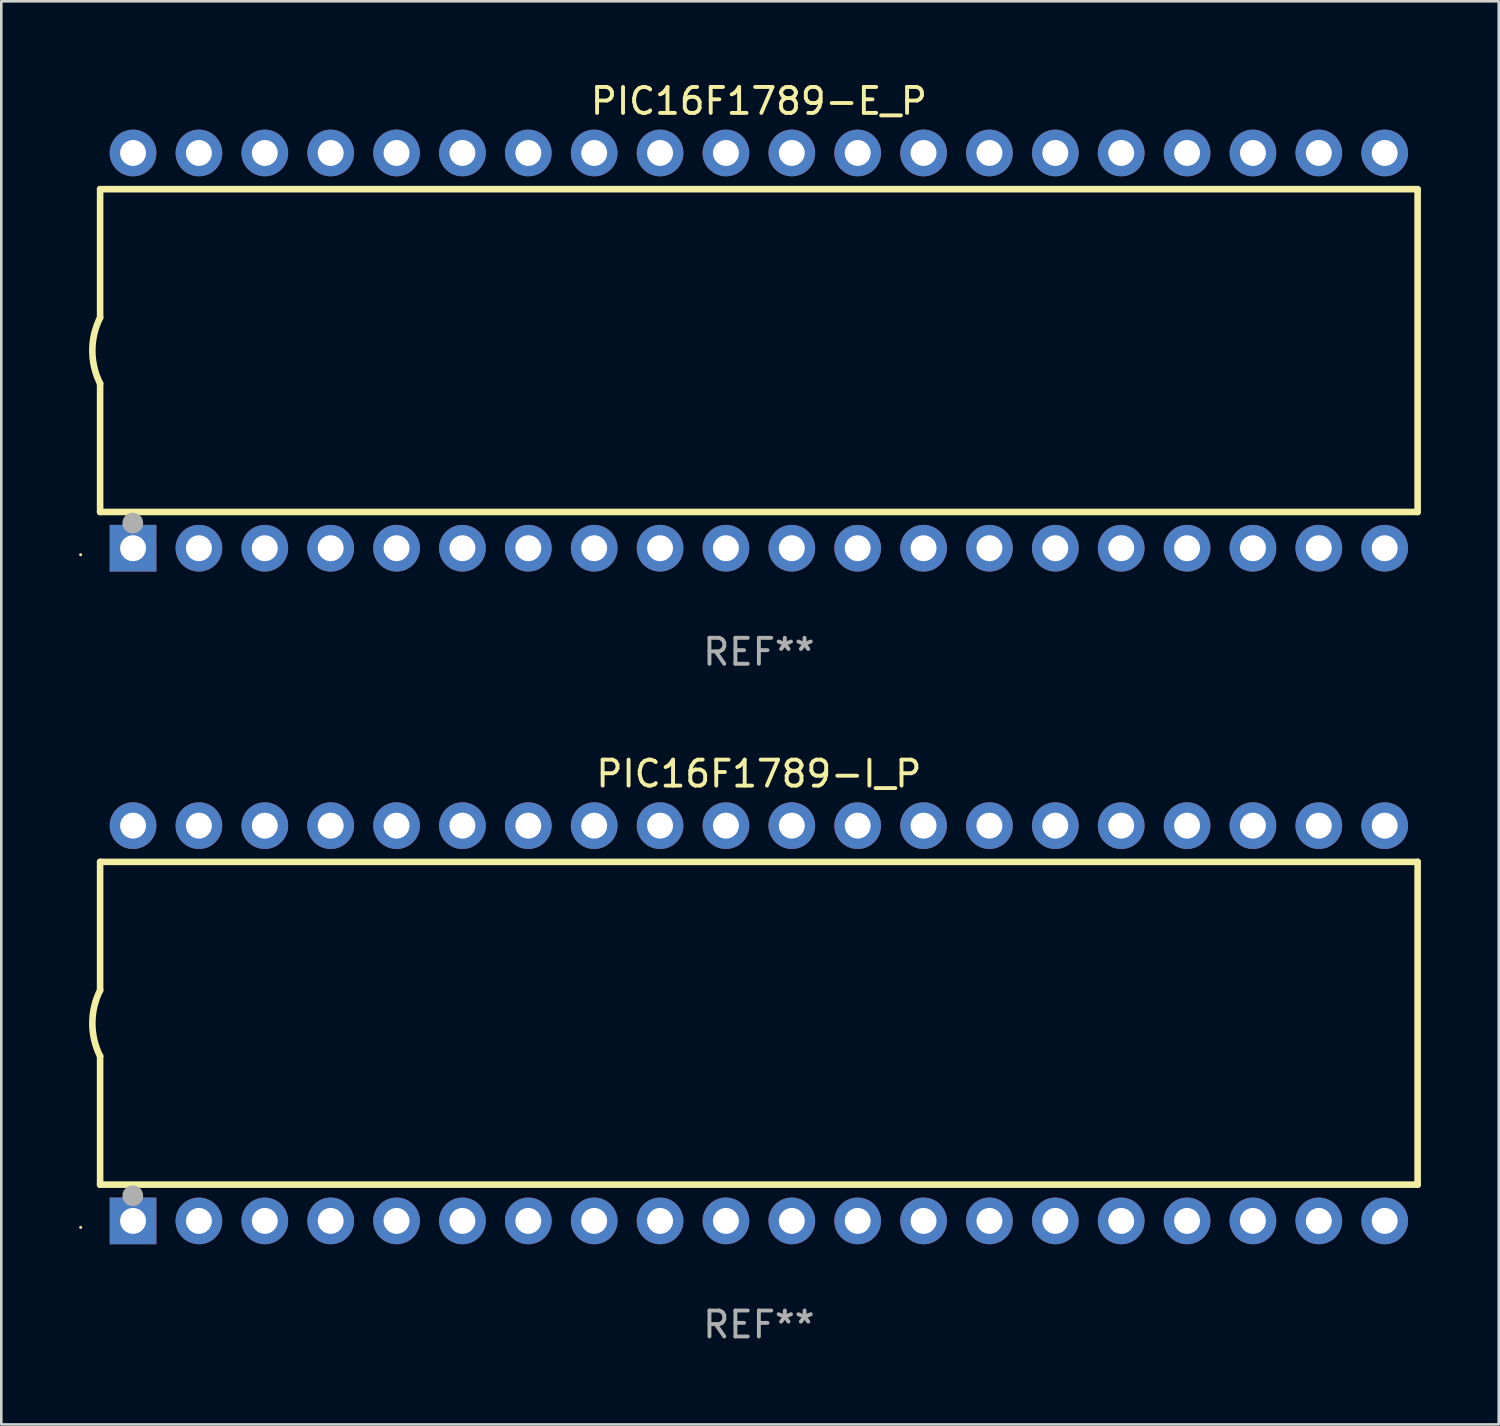
<source format=kicad_pcb>
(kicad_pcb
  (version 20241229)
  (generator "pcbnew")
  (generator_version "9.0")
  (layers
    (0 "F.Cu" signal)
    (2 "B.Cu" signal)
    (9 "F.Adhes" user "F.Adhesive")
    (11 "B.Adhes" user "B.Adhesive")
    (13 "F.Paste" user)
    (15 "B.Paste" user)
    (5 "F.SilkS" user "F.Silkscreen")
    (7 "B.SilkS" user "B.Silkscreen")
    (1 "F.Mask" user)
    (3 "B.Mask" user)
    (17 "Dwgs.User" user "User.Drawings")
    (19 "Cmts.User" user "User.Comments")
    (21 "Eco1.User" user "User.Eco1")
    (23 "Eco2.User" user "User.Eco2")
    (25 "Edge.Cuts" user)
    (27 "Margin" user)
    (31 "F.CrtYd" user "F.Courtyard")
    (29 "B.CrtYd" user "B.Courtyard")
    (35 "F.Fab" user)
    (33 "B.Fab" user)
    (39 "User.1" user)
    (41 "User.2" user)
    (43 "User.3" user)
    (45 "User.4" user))
  (footprint "PIC16F1789-I_P"
    (layer "F.Cu")
    (at 26.21 36.405)
    (property "Reference" "PIC16F1789-I_P" (at 0 -9.62 0) (layer "F.SilkS") (effects (font (size 1 1) (thickness 0.15))))
    (attr through_hole)
    (fp_line (start -25.4 -6.224) (end -25.4 -1.271) (stroke (width 0.254) (type solid)) (layer "F.SilkS"))
    (fp_line (start -25.4 -6.224) (end 25.4 -6.224) (stroke (width 0.254) (type solid)) (layer "F.SilkS"))
    (fp_line (start -25.4 1.269) (end -25.4 6.222) (stroke (width 0.254) (type solid)) (layer "F.SilkS"))
    (fp_line (start -25.4 6.222) (end 25.4 6.222) (stroke (width 0.254) (type solid)) (layer "F.SilkS"))
    (fp_line (start 25.4 6.222) (end 25.4 -6.224) (stroke (width 0.254) (type solid)) (layer "F.SilkS"))
    (fp_arc (start -25.4 1.269241) (mid -25.699807 -0.000762) (end -25.4 -1.270765) (stroke (width 0.254001) (type solid)) (layer "F.SilkS"))
    (fp_circle (center -26.15 7.87) (end -26.12 7.87) (stroke (width 0.06) (type solid)) (fill no) (layer "F.SilkS"))
    (fp_circle (center -24.14 6.65) (end -23.94 6.65) (stroke (width 0.4) (type solid)) (fill no) (layer "F.Fab"))
    (fp_text user "REF**" (at 0 11.62 0) (layer "F.Fab") (effects (font (size 1 1) (thickness 0.15))))
    (pad "1" thru_hole rect (at -24.13 7.62 90) (size 1.8 1.8) (drill 1) (layers "*.Cu" "*.Mask"))
    (pad "2" thru_hole circle (at -21.59 7.62) (size 1.8 1.8) (drill 1) (layers "*.Cu" "*.Mask"))
    (pad "3" thru_hole circle (at -19.05 7.62) (size 1.8 1.8) (drill 1) (layers "*.Cu" "*.Mask"))
    (pad "4" thru_hole circle (at -16.51 7.62) (size 1.8 1.8) (drill 1) (layers "*.Cu" "*.Mask"))
    (pad "5" thru_hole circle (at -13.97 7.62) (size 1.8 1.8) (drill 1) (layers "*.Cu" "*.Mask"))
    (pad "6" thru_hole circle (at -11.43 7.62) (size 1.8 1.8) (drill 1) (layers "*.Cu" "*.Mask"))
    (pad "7" thru_hole circle (at -8.89 7.62) (size 1.8 1.8) (drill 1) (layers "*.Cu" "*.Mask"))
    (pad "8" thru_hole circle (at -6.35 7.62) (size 1.8 1.8) (drill 1) (layers "*.Cu" "*.Mask"))
    (pad "9" thru_hole circle (at -3.81 7.62) (size 1.8 1.8) (drill 1) (layers "*.Cu" "*.Mask"))
    (pad "10" thru_hole circle (at -1.27 7.62) (size 1.8 1.8) (drill 1) (layers "*.Cu" "*.Mask"))
    (pad "11" thru_hole circle (at 1.27 7.62) (size 1.8 1.8) (drill 1) (layers "*.Cu" "*.Mask"))
    (pad "12" thru_hole circle (at 3.81 7.62) (size 1.8 1.8) (drill 1) (layers "*.Cu" "*.Mask"))
    (pad "13" thru_hole circle (at 6.35 7.62) (size 1.8 1.8) (drill 1) (layers "*.Cu" "*.Mask"))
    (pad "14" thru_hole circle (at 8.89 7.62) (size 1.8 1.8) (drill 1) (layers "*.Cu" "*.Mask"))
    (pad "15" thru_hole circle (at 11.43 7.62) (size 1.8 1.8) (drill 1) (layers "*.Cu" "*.Mask"))
    (pad "16" thru_hole circle (at 13.97 7.62) (size 1.8 1.8) (drill 1) (layers "*.Cu" "*.Mask"))
    (pad "17" thru_hole circle (at 16.51 7.62) (size 1.8 1.8) (drill 1) (layers "*.Cu" "*.Mask"))
    (pad "18" thru_hole circle (at 19.05 7.62) (size 1.8 1.8) (drill 1) (layers "*.Cu" "*.Mask"))
    (pad "19" thru_hole circle (at 21.59 7.62) (size 1.8 1.8) (drill 1) (layers "*.Cu" "*.Mask"))
    (pad "20" thru_hole circle (at 24.13 7.62) (size 1.8 1.8) (drill 1) (layers "*.Cu" "*.Mask"))
    (pad "21" thru_hole circle (at 24.13 -7.62) (size 1.8 1.8) (drill 1) (layers "*.Cu" "*.Mask"))
    (pad "22" thru_hole circle (at 21.59 -7.62) (size 1.8 1.8) (drill 1) (layers "*.Cu" "*.Mask"))
    (pad "23" thru_hole circle (at 19.05 -7.62) (size 1.8 1.8) (drill 1) (layers "*.Cu" "*.Mask"))
    (pad "24" thru_hole circle (at 16.51 -7.62) (size 1.8 1.8) (drill 1) (layers "*.Cu" "*.Mask"))
    (pad "25" thru_hole circle (at 13.97 -7.62) (size 1.8 1.8) (drill 1) (layers "*.Cu" "*.Mask"))
    (pad "26" thru_hole circle (at 11.43 -7.62) (size 1.8 1.8) (drill 1) (layers "*.Cu" "*.Mask"))
    (pad "27" thru_hole circle (at 8.89 -7.62) (size 1.8 1.8) (drill 1) (layers "*.Cu" "*.Mask"))
    (pad "28" thru_hole circle (at 6.35 -7.62) (size 1.8 1.8) (drill 1) (layers "*.Cu" "*.Mask"))
    (pad "29" thru_hole circle (at 3.81 -7.62) (size 1.8 1.8) (drill 1) (layers "*.Cu" "*.Mask"))
    (pad "30" thru_hole circle (at 1.27 -7.62) (size 1.8 1.8) (drill 1) (layers "*.Cu" "*.Mask"))
    (pad "31" thru_hole circle (at -1.27 -7.62) (size 1.8 1.8) (drill 1) (layers "*.Cu" "*.Mask"))
    (pad "32" thru_hole circle (at -3.81 -7.62) (size 1.8 1.8) (drill 1) (layers "*.Cu" "*.Mask"))
    (pad "33" thru_hole circle (at -6.35 -7.62) (size 1.8 1.8) (drill 1) (layers "*.Cu" "*.Mask"))
    (pad "34" thru_hole circle (at -8.89 -7.62) (size 1.8 1.8) (drill 1) (layers "*.Cu" "*.Mask"))
    (pad "35" thru_hole circle (at -11.43 -7.62) (size 1.8 1.8) (drill 1) (layers "*.Cu" "*.Mask"))
    (pad "36" thru_hole circle (at -13.97 -7.62) (size 1.8 1.8) (drill 1) (layers "*.Cu" "*.Mask"))
    (pad "37" thru_hole circle (at -16.51 -7.62) (size 1.8 1.8) (drill 1) (layers "*.Cu" "*.Mask"))
    (pad "38" thru_hole circle (at -19.05 -7.62) (size 1.8 1.8) (drill 1) (layers "*.Cu" "*.Mask"))
    (pad "39" thru_hole circle (at -21.59 -7.62) (size 1.8 1.8) (drill 1) (layers "*.Cu" "*.Mask"))
    (pad "40" thru_hole circle (at -24.13 -7.62) (size 1.8 1.8) (drill 1) (layers "*.Cu" "*.Mask")))
  (footprint "PIC16F1789-E_P"
    (layer "F.Cu")
    (at 26.21 10.468)
    (property "Reference" "PIC16F1789-E_P" (at 0 -9.62 0) (layer "F.SilkS") (effects (font (size 1 1) (thickness 0.15))))
    (attr through_hole)
    (fp_line (start -25.4 -6.224) (end -25.4 -1.271) (stroke (width 0.254) (type solid)) (layer "F.SilkS"))
    (fp_line (start -25.4 -6.224) (end 25.4 -6.224) (stroke (width 0.254) (type solid)) (layer "F.SilkS"))
    (fp_line (start -25.4 1.269) (end -25.4 6.222) (stroke (width 0.254) (type solid)) (layer "F.SilkS"))
    (fp_line (start -25.4 6.222) (end 25.4 6.222) (stroke (width 0.254) (type solid)) (layer "F.SilkS"))
    (fp_line (start 25.4 6.222) (end 25.4 -6.224) (stroke (width 0.254) (type solid)) (layer "F.SilkS"))
    (fp_arc (start -25.4 1.269241) (mid -25.699807 -0.000762) (end -25.4 -1.270765) (stroke (width 0.254001) (type solid)) (layer "F.SilkS"))
    (fp_circle (center -26.15 7.87) (end -26.12 7.87) (stroke (width 0.06) (type solid)) (fill no) (layer "F.SilkS"))
    (fp_circle (center -24.14 6.65) (end -23.94 6.65) (stroke (width 0.4) (type solid)) (fill no) (layer "F.Fab"))
    (fp_text user "REF**" (at 0 11.62 0) (layer "F.Fab") (effects (font (size 1 1) (thickness 0.15))))
    (pad "1" thru_hole rect (at -24.13 7.62 90) (size 1.8 1.8) (drill 1) (layers "*.Cu" "*.Mask"))
    (pad "2" thru_hole circle (at -21.59 7.62) (size 1.8 1.8) (drill 1) (layers "*.Cu" "*.Mask"))
    (pad "3" thru_hole circle (at -19.05 7.62) (size 1.8 1.8) (drill 1) (layers "*.Cu" "*.Mask"))
    (pad "4" thru_hole circle (at -16.51 7.62) (size 1.8 1.8) (drill 1) (layers "*.Cu" "*.Mask"))
    (pad "5" thru_hole circle (at -13.97 7.62) (size 1.8 1.8) (drill 1) (layers "*.Cu" "*.Mask"))
    (pad "6" thru_hole circle (at -11.43 7.62) (size 1.8 1.8) (drill 1) (layers "*.Cu" "*.Mask"))
    (pad "7" thru_hole circle (at -8.89 7.62) (size 1.8 1.8) (drill 1) (layers "*.Cu" "*.Mask"))
    (pad "8" thru_hole circle (at -6.35 7.62) (size 1.8 1.8) (drill 1) (layers "*.Cu" "*.Mask"))
    (pad "9" thru_hole circle (at -3.81 7.62) (size 1.8 1.8) (drill 1) (layers "*.Cu" "*.Mask"))
    (pad "10" thru_hole circle (at -1.27 7.62) (size 1.8 1.8) (drill 1) (layers "*.Cu" "*.Mask"))
    (pad "11" thru_hole circle (at 1.27 7.62) (size 1.8 1.8) (drill 1) (layers "*.Cu" "*.Mask"))
    (pad "12" thru_hole circle (at 3.81 7.62) (size 1.8 1.8) (drill 1) (layers "*.Cu" "*.Mask"))
    (pad "13" thru_hole circle (at 6.35 7.62) (size 1.8 1.8) (drill 1) (layers "*.Cu" "*.Mask"))
    (pad "14" thru_hole circle (at 8.89 7.62) (size 1.8 1.8) (drill 1) (layers "*.Cu" "*.Mask"))
    (pad "15" thru_hole circle (at 11.43 7.62) (size 1.8 1.8) (drill 1) (layers "*.Cu" "*.Mask"))
    (pad "16" thru_hole circle (at 13.97 7.62) (size 1.8 1.8) (drill 1) (layers "*.Cu" "*.Mask"))
    (pad "17" thru_hole circle (at 16.51 7.62) (size 1.8 1.8) (drill 1) (layers "*.Cu" "*.Mask"))
    (pad "18" thru_hole circle (at 19.05 7.62) (size 1.8 1.8) (drill 1) (layers "*.Cu" "*.Mask"))
    (pad "19" thru_hole circle (at 21.59 7.62) (size 1.8 1.8) (drill 1) (layers "*.Cu" "*.Mask"))
    (pad "20" thru_hole circle (at 24.13 7.62) (size 1.8 1.8) (drill 1) (layers "*.Cu" "*.Mask"))
    (pad "21" thru_hole circle (at 24.13 -7.62) (size 1.8 1.8) (drill 1) (layers "*.Cu" "*.Mask"))
    (pad "22" thru_hole circle (at 21.59 -7.62) (size 1.8 1.8) (drill 1) (layers "*.Cu" "*.Mask"))
    (pad "23" thru_hole circle (at 19.05 -7.62) (size 1.8 1.8) (drill 1) (layers "*.Cu" "*.Mask"))
    (pad "24" thru_hole circle (at 16.51 -7.62) (size 1.8 1.8) (drill 1) (layers "*.Cu" "*.Mask"))
    (pad "25" thru_hole circle (at 13.97 -7.62) (size 1.8 1.8) (drill 1) (layers "*.Cu" "*.Mask"))
    (pad "26" thru_hole circle (at 11.43 -7.62) (size 1.8 1.8) (drill 1) (layers "*.Cu" "*.Mask"))
    (pad "27" thru_hole circle (at 8.89 -7.62) (size 1.8 1.8) (drill 1) (layers "*.Cu" "*.Mask"))
    (pad "28" thru_hole circle (at 6.35 -7.62) (size 1.8 1.8) (drill 1) (layers "*.Cu" "*.Mask"))
    (pad "29" thru_hole circle (at 3.81 -7.62) (size 1.8 1.8) (drill 1) (layers "*.Cu" "*.Mask"))
    (pad "30" thru_hole circle (at 1.27 -7.62) (size 1.8 1.8) (drill 1) (layers "*.Cu" "*.Mask"))
    (pad "31" thru_hole circle (at -1.27 -7.62) (size 1.8 1.8) (drill 1) (layers "*.Cu" "*.Mask"))
    (pad "32" thru_hole circle (at -3.81 -7.62) (size 1.8 1.8) (drill 1) (layers "*.Cu" "*.Mask"))
    (pad "33" thru_hole circle (at -6.35 -7.62) (size 1.8 1.8) (drill 1) (layers "*.Cu" "*.Mask"))
    (pad "34" thru_hole circle (at -8.89 -7.62) (size 1.8 1.8) (drill 1) (layers "*.Cu" "*.Mask"))
    (pad "35" thru_hole circle (at -11.43 -7.62) (size 1.8 1.8) (drill 1) (layers "*.Cu" "*.Mask"))
    (pad "36" thru_hole circle (at -13.97 -7.62) (size 1.8 1.8) (drill 1) (layers "*.Cu" "*.Mask"))
    (pad "37" thru_hole circle (at -16.51 -7.62) (size 1.8 1.8) (drill 1) (layers "*.Cu" "*.Mask"))
    (pad "38" thru_hole circle (at -19.05 -7.62) (size 1.8 1.8) (drill 1) (layers "*.Cu" "*.Mask"))
    (pad "39" thru_hole circle (at -21.59 -7.62) (size 1.8 1.8) (drill 1) (layers "*.Cu" "*.Mask"))
    (pad "40" thru_hole circle (at -24.13 -7.62) (size 1.8 1.8) (drill 1) (layers "*.Cu" "*.Mask")))
  (gr_rect
    (start -3 -3)
    (end 54.737 51.873)
    (stroke (width 0.1) (type default))
    (fill no)
    (layer "Edge.Cuts")))
</source>
